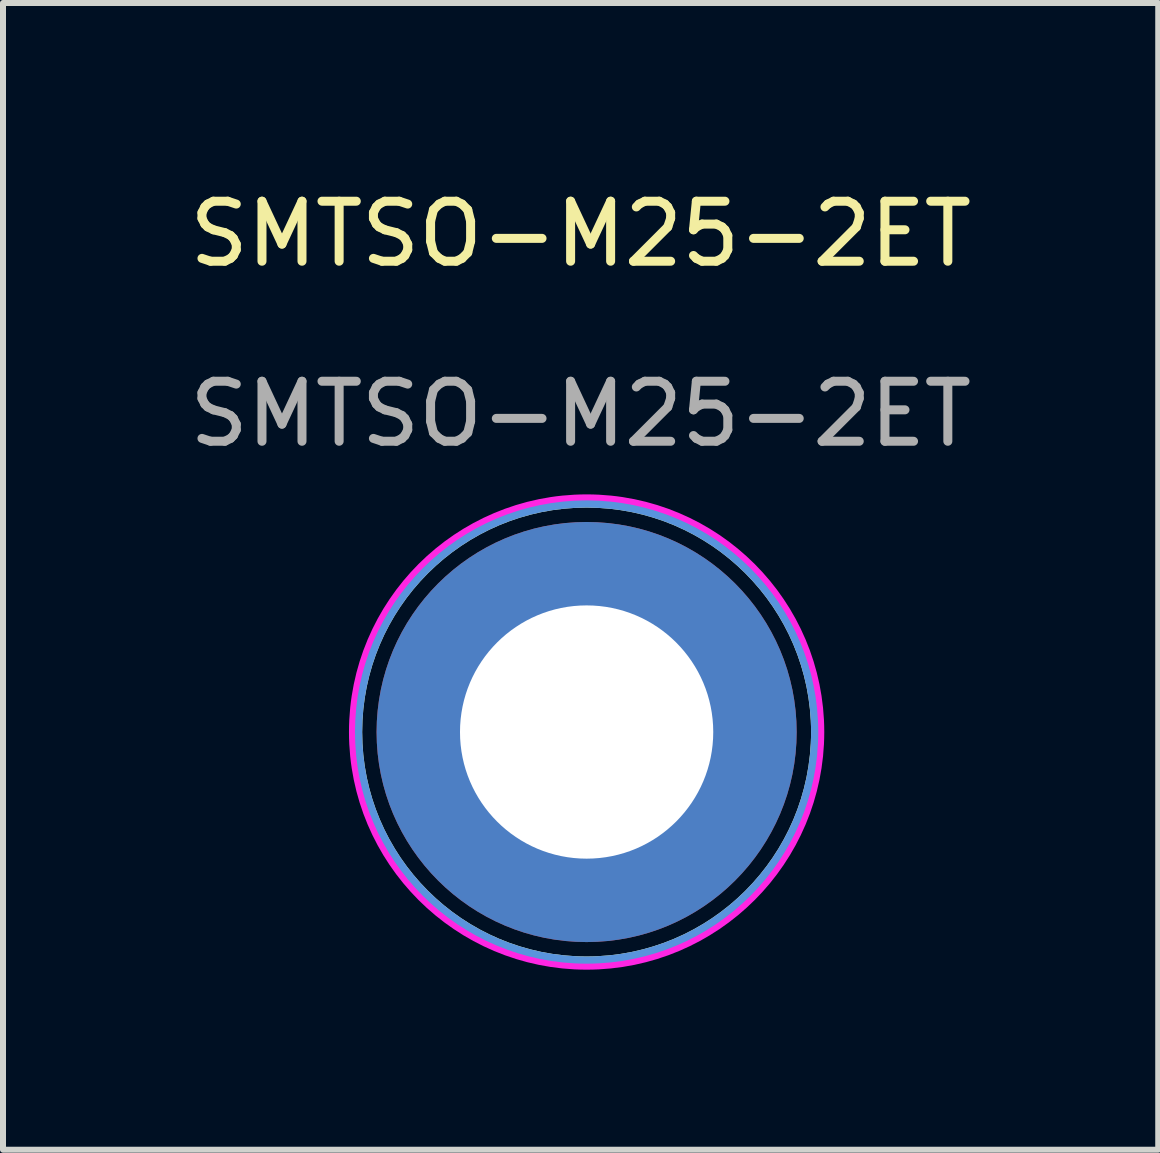
<source format=kicad_pcb>
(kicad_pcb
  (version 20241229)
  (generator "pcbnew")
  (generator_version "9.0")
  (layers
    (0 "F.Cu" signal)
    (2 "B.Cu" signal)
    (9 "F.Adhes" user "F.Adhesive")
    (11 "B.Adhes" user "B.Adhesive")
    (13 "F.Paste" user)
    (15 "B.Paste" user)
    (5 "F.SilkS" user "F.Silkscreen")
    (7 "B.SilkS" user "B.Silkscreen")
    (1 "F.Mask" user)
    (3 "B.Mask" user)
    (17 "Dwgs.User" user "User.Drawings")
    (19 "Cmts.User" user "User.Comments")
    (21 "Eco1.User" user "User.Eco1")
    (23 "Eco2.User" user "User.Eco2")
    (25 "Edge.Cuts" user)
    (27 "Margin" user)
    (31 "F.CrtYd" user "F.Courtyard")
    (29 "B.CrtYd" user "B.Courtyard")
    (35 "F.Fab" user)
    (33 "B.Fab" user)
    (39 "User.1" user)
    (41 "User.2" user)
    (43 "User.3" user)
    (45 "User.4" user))
  (footprint "SMTSO-M25-2ET"
    (layer "F.Cu")
    (at 6.725 9.148)
    (property "Reference" "SMTSO-M25-2ET" (at -0.1 -8.3 0) (unlocked yes) (layer "F.SilkS") (effects (font (size 1 1) (thickness 0.15))))
    (attr through_hole)
    (fp_circle (center 0 0) (end 3.8 0) (stroke (width 0.12) (type solid)) (fill no) (layer "F.SilkS"))
    (fp_circle (center 0 0) (end 3.8 0) (stroke (width 0.12) (type solid)) (fill no) (layer "Cmts.User"))
    (fp_circle (center 0 0) (end 3.9 0) (stroke (width 0.12) (type solid)) (fill no) (layer "F.CrtYd"))
    (fp_text user "${REFERENCE}" (at -0.1 -5.3 0) (unlocked yes) (layer "F.Fab") (effects (font (size 1 1) (thickness 0.15))))
    (pad "" np_thru_hole circle (at 0 0) (size 7 7) (drill 4.22) (layers "*.Cu" "*.Mask")))
  (gr_rect
    (start -3 -3)
    (end 16.25 16.108)
    (stroke (width 0.1) (type default))
    (fill no)
    (layer "Edge.Cuts")))
</source>
